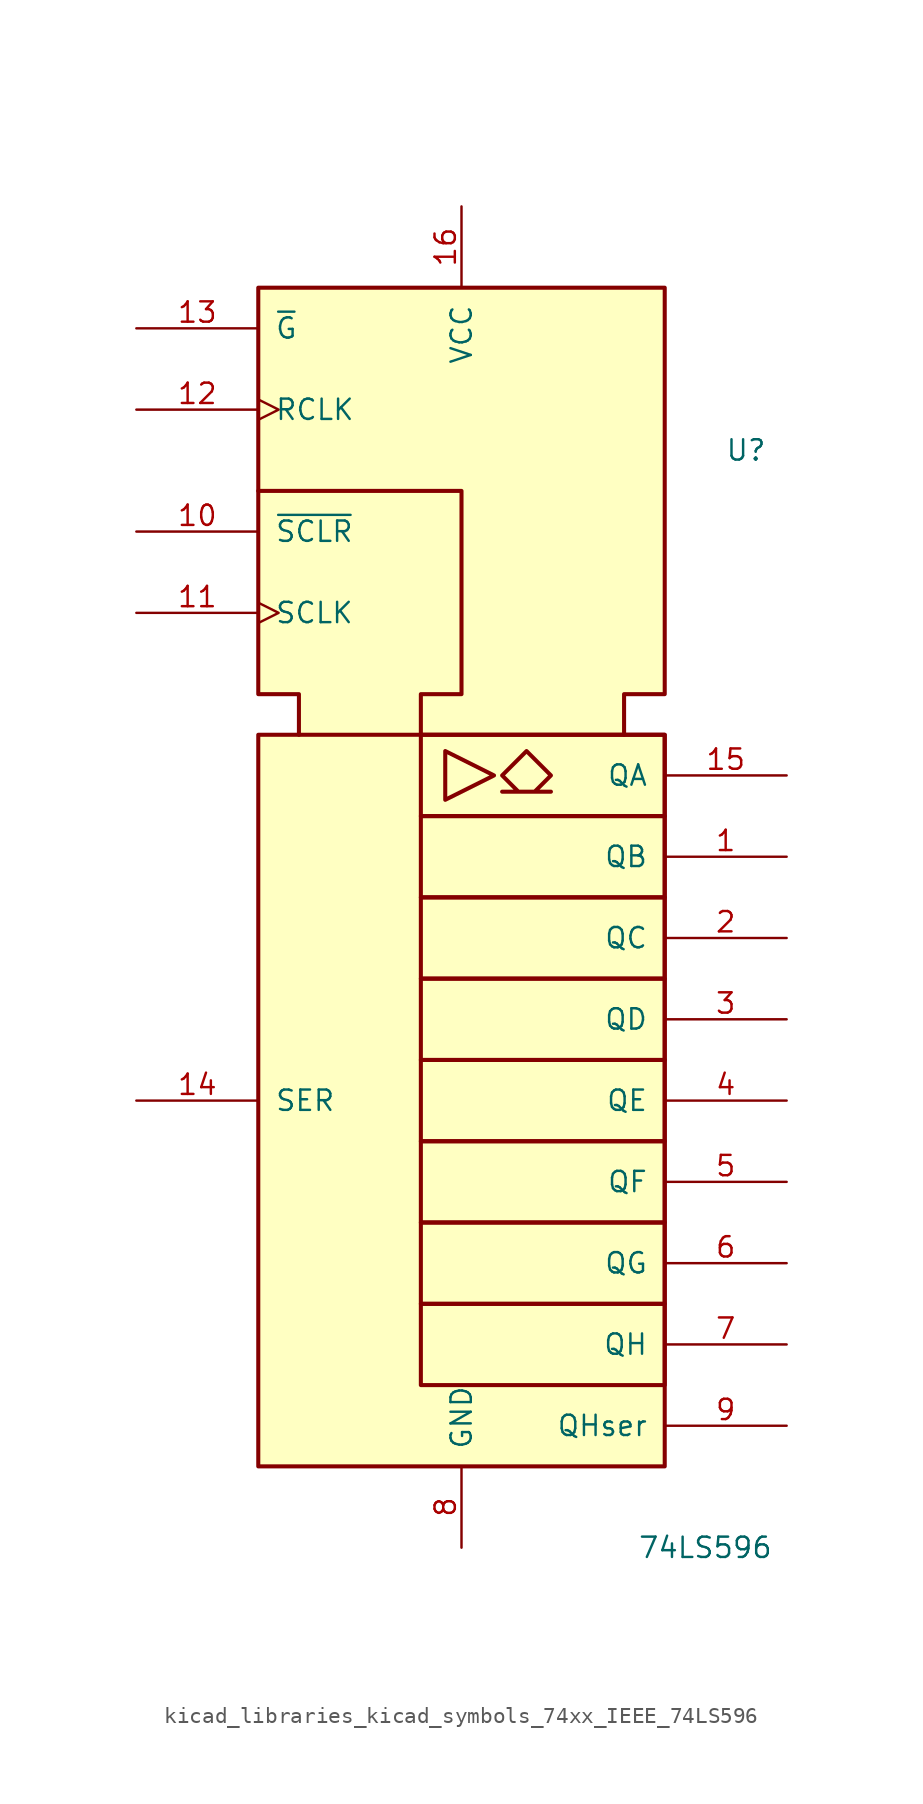
<source format=kicad_sym>
(kicad_symbol_lib
  (version 20220914)
  (generator kicad_symbol_editor)
  (symbol "kicad_libraries_kicad_symbols_74xx_IEEE_74LS596"
    (pin_names
      (offset 1.016))
    (property "Reference" "U"
      (at 17.78 20.32 0)
      (effects (font (size 1.27 1.27))))
    (property "Value" "74LS596"
      (at 15.24 -48.26 0)
      (effects (font (size 1.27 1.27))))
    (symbol "kicad_libraries_kicad_symbols_74xx_IEEE_74LS596_0_0"
      (rectangle (start -12.7 2.54) (end 12.7 -43.18) (stroke (width 0.254) (type default)) (fill (type background)))
      (polyline (pts (xy -1.016 1.524) (xy -1.016 -1.524) (xy 2.032 0) (xy -1.016 1.524) (xy -1.016 1.524)) (stroke (width 0.254) (type default)) (fill (type background)))
      (polyline (pts (xy -12.7 17.78) (xy 0 17.78) (xy 0 5.08) (xy -2.54 5.08) (xy -2.54 2.54) (xy -2.54 2.54)) (stroke (width 0.254) (type default)) (fill (type background)))
      (polyline (pts (xy -10.16 2.54) (xy -10.16 5.08) (xy -12.7 5.08) (xy -12.7 30.48) (xy 12.7 30.48) (xy 12.7 5.08) (xy 10.16 5.08) (xy 10.16 2.54) (xy 10.16 2.54)) (stroke (width 0.254) (type default)) (fill (type background)))
      (polyline (pts (xy 4.064 1.524) (xy 5.588 0) (xy 4.572 -1.016) (xy 5.588 -1.016) (xy 2.54 -1.016) (xy 3.556 -1.016) (xy 2.54 0) (xy 4.064 1.524) (xy 4.064 1.524)) (stroke (width 0.254) (type default)) (fill (type background))))
    (symbol "kicad_libraries_kicad_symbols_74xx_IEEE_74LS596_0_1"
      (rectangle (start -2.54 -33.02) (end 12.7 -38.1) (stroke (width 0.254) (type default)) (fill (type background)))
      (rectangle (start -2.54 -27.94) (end 12.7 -33.02) (stroke (width 0.254) (type default)) (fill (type background)))
      (rectangle (start -2.54 -22.86) (end 12.7 -27.94) (stroke (width 0.254) (type default)) (fill (type background)))
      (rectangle (start -2.54 -17.78) (end 12.7 -22.86) (stroke (width 0.254) (type default)) (fill (type background)))
      (rectangle (start -2.54 -12.7) (end 12.7 -17.78) (stroke (width 0.254) (type default)) (fill (type background)))
      (rectangle (start -2.54 -7.62) (end 12.7 -12.7) (stroke (width 0.254) (type default)) (fill (type background)))
      (rectangle (start -2.54 -2.54) (end 12.7 -7.62) (stroke (width 0.254) (type default)) (fill (type background)))
      (rectangle (start -2.54 2.54) (end 12.7 -2.54) (stroke (width 0.254) (type default)) (fill (type background)))
      (pin power_in line (at 0 -48.26 90) (length 5.08) (name "GND" (effects (font (size 1.27 1.27)))) (number "8" (effects (font (size 1.27 1.27))))))
    (symbol "kicad_libraries_kicad_symbols_74xx_IEEE_74LS596_1_1"
      (pin tri_state line (at 20.32 -5.08 180) (length 7.62) (name "QB" (effects (font (size 1.27 1.27)))) (number "1" (effects (font (size 1.27 1.27)))))
      (pin input line (at -20.32 15.24 0) (length 7.62) (name "~{SCLR}" (effects (font (size 1.27 1.27)))) (number "10" (effects (font (size 1.27 1.27)))))
      (pin input clock (at -20.32 10.16 0) (length 7.62) (name "SCLK" (effects (font (size 1.27 1.27)))) (number "11" (effects (font (size 1.27 1.27)))))
      (pin input clock (at -20.32 22.86 0) (length 7.62) (name "RCLK" (effects (font (size 1.27 1.27)))) (number "12" (effects (font (size 1.27 1.27)))))
      (pin input line (at -20.32 27.94 0) (length 7.62) (name "~{G}" (effects (font (size 1.27 1.27)))) (number "13" (effects (font (size 1.27 1.27)))))
      (pin input line (at -20.32 -20.32 0) (length 7.62) (name "SER" (effects (font (size 1.27 1.27)))) (number "14" (effects (font (size 1.27 1.27)))))
      (pin tri_state line (at 20.32 0 180) (length 7.62) (name "QA" (effects (font (size 1.27 1.27)))) (number "15" (effects (font (size 1.27 1.27)))))
      (pin power_in line (at 0 35.56 270) (length 5.08) (name "VCC" (effects (font (size 1.27 1.27)))) (number "16" (effects (font (size 1.27 1.27)))))
      (pin tri_state line (at 20.32 -10.16 180) (length 7.62) (name "QC" (effects (font (size 1.27 1.27)))) (number "2" (effects (font (size 1.27 1.27)))))
      (pin tri_state line (at 20.32 -15.24 180) (length 7.62) (name "QD" (effects (font (size 1.27 1.27)))) (number "3" (effects (font (size 1.27 1.27)))))
      (pin tri_state line (at 20.32 -20.32 180) (length 7.62) (name "QE" (effects (font (size 1.27 1.27)))) (number "4" (effects (font (size 1.27 1.27)))))
      (pin tri_state line (at 20.32 -25.4 180) (length 7.62) (name "QF" (effects (font (size 1.27 1.27)))) (number "5" (effects (font (size 1.27 1.27)))))
      (pin tri_state line (at 20.32 -30.48 180) (length 7.62) (name "QG" (effects (font (size 1.27 1.27)))) (number "6" (effects (font (size 1.27 1.27)))))
      (pin tri_state line (at 20.32 -35.56 180) (length 7.62) (name "QH" (effects (font (size 1.27 1.27)))) (number "7" (effects (font (size 1.27 1.27)))))
      (pin output line (at 20.32 -40.64 180) (length 7.62) (name "QHser" (effects (font (size 1.27 1.27)))) (number "9" (effects (font (size 1.27 1.27))))))))
</source>
